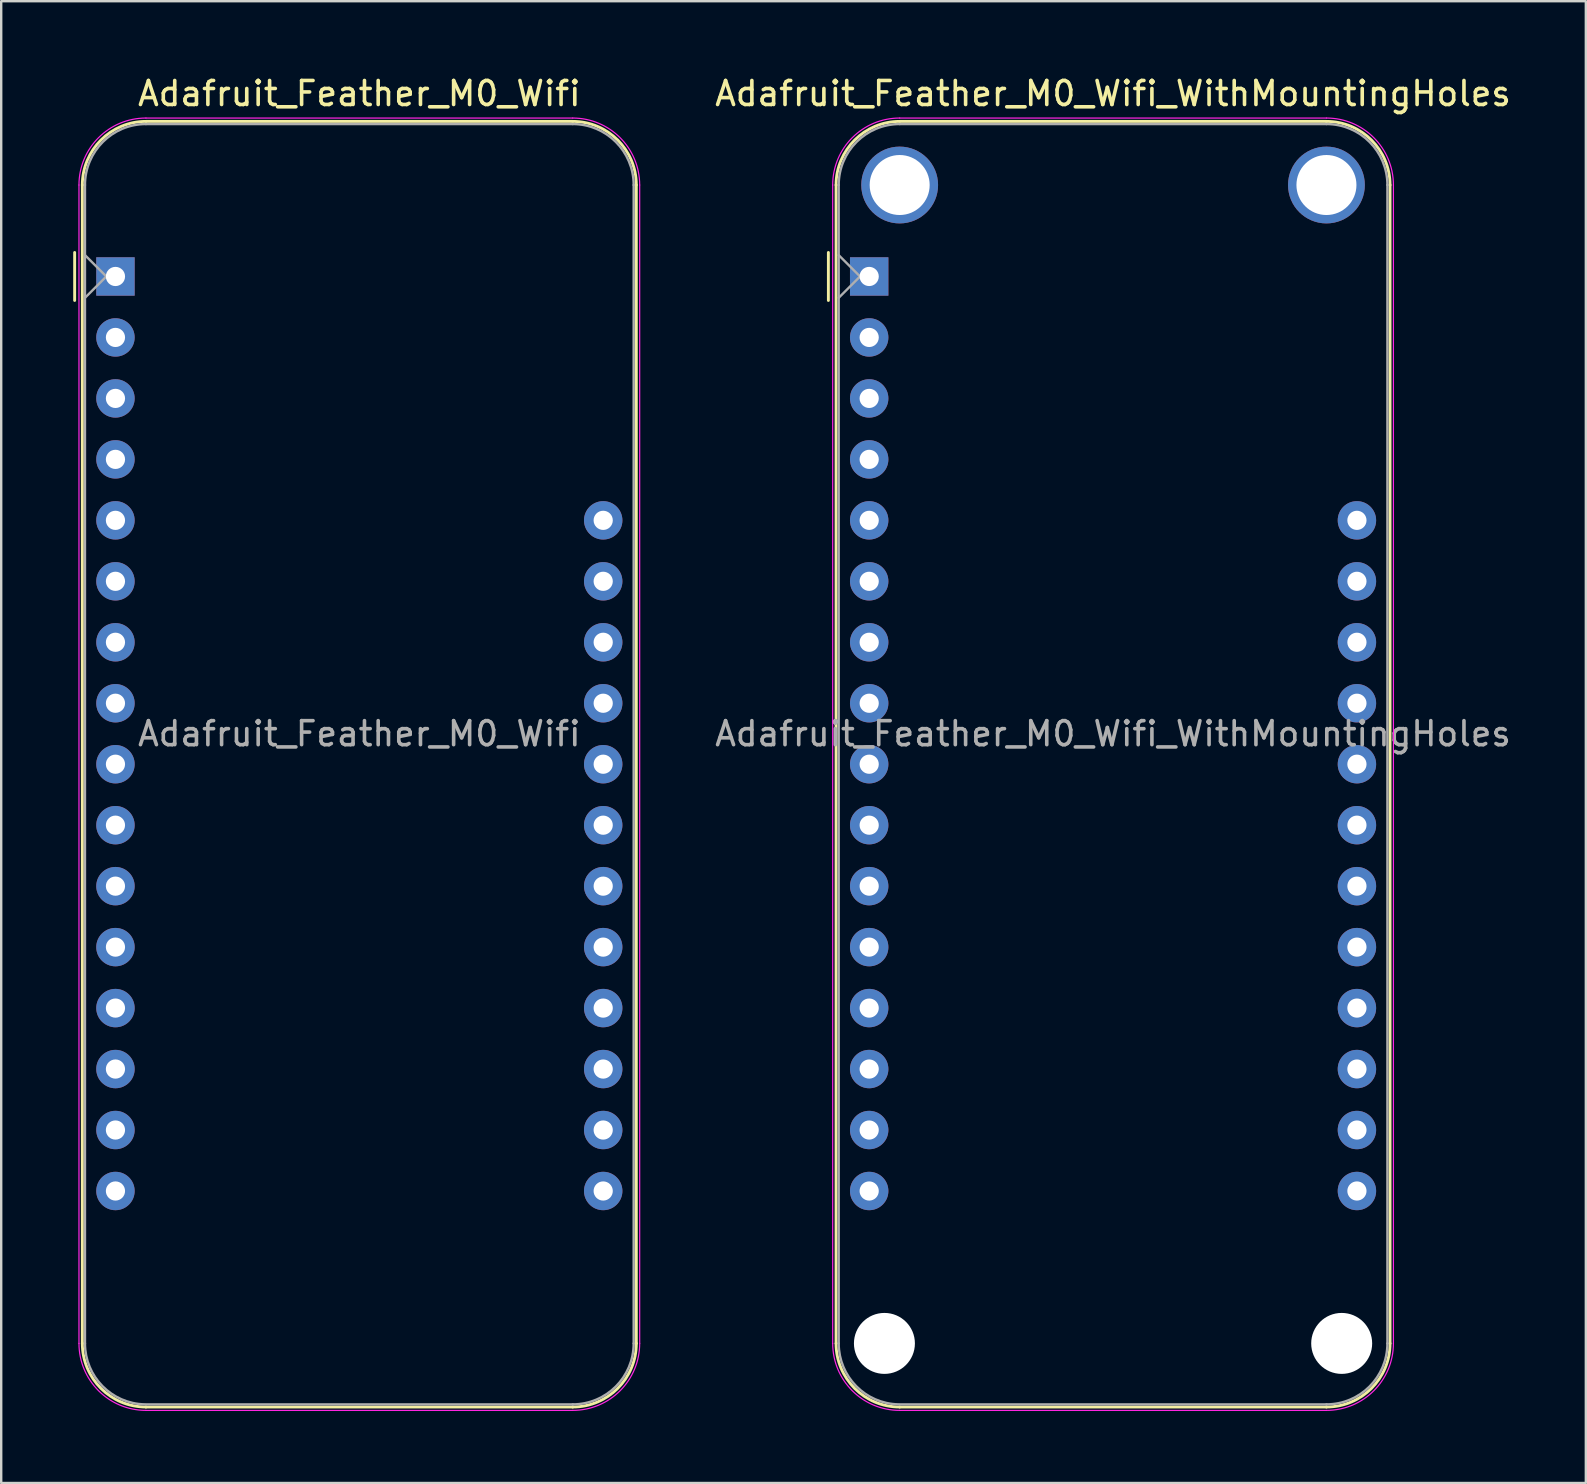
<source format=kicad_pcb>
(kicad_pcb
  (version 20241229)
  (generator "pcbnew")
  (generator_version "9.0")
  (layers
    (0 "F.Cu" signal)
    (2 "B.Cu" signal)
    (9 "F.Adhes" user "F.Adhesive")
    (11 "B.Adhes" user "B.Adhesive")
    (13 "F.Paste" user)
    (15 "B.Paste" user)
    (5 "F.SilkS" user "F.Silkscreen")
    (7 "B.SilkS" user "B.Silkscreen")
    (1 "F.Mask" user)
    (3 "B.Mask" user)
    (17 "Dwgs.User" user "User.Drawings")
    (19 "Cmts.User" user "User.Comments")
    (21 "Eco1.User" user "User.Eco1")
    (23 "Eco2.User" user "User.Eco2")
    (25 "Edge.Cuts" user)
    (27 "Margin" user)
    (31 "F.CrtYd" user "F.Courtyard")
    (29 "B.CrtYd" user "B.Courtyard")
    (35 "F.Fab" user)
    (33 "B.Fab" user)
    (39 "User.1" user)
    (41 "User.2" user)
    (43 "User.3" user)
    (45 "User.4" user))
  (footprint "Adafruit_Feather_M0_Wifi_WithMountingHoles"
    (layer "F.Cu")
    (at 33.161 8.468)
    (property "Reference" "Adafruit_Feather_M0_Wifi_WithMountingHoles" (at 10.16 -7.62 0) (layer "F.SilkS") (effects (font (size 1 1) (thickness 0.15))))
    (attr through_hole)
    (fp_line (start -1.7 1) (end -1.7 -1) (stroke (width 0.12) (type solid)) (layer "F.SilkS"))
    (fp_line (start -1.38 -3.81) (end -1.38 44.45) (stroke (width 0.12) (type solid)) (layer "F.SilkS"))
    (fp_line (start 19.05 -6.46) (end 1.27 -6.46) (stroke (width 0.12) (type solid)) (layer "F.SilkS"))
    (fp_line (start 19.05 47.1) (end 1.27 47.1) (stroke (width 0.12) (type solid)) (layer "F.SilkS"))
    (fp_line (start 21.7 -3.81) (end 21.7 44.45) (stroke (width 0.12) (type solid)) (layer "F.SilkS"))
    (fp_arc (start -1.38 -3.81) (mid -0.603833 -5.683833) (end 1.27 -6.46) (stroke (width 0.12) (type solid)) (layer "F.SilkS"))
    (fp_arc (start 1.27 47.1) (mid -0.603833 46.323833) (end -1.38 44.45) (stroke (width 0.12) (type solid)) (layer "F.SilkS"))
    (fp_arc (start 19.05 -6.46) (mid 20.923833 -5.683833) (end 21.7 -3.81) (stroke (width 0.12) (type solid)) (layer "F.SilkS"))
    (fp_arc (start 21.7 44.45) (mid 20.923833 46.323833) (end 19.05 47.1) (stroke (width 0.12) (type solid)) (layer "F.SilkS"))
    (fp_line (start -1.52 44.45) (end -1.52 -3.81) (stroke (width 0.05) (type solid)) (layer "F.CrtYd"))
    (fp_line (start 19.05 -6.6) (end 1.27 -6.6) (stroke (width 0.05) (type solid)) (layer "F.CrtYd"))
    (fp_line (start 19.05 47.24) (end 1.27 47.24) (stroke (width 0.05) (type solid)) (layer "F.CrtYd"))
    (fp_line (start 21.84 44.45) (end 21.84 -3.81) (stroke (width 0.05) (type solid)) (layer "F.CrtYd"))
    (fp_arc (start -1.52 -3.81) (mid -0.702828 -5.782828) (end 1.27 -6.6) (stroke (width 0.05) (type solid)) (layer "F.CrtYd"))
    (fp_arc (start 1.27 47.24) (mid -0.702828 46.422828) (end -1.52 44.45) (stroke (width 0.05) (type solid)) (layer "F.CrtYd"))
    (fp_arc (start 19.05 -6.6) (mid 21.022828 -5.782828) (end 21.84 -3.81) (stroke (width 0.05) (type solid)) (layer "F.CrtYd"))
    (fp_arc (start 21.84 44.45) (mid 21.022828 46.422828) (end 19.05 47.24) (stroke (width 0.05) (type solid)) (layer "F.CrtYd"))
    (fp_line (start -1.27 -3.81) (end -1.27 44.45) (stroke (width 0.1) (type solid)) (layer "F.Fab"))
    (fp_line (start -1.27 -0.889) (end -0.381 0) (stroke (width 0.1) (type solid)) (layer "F.Fab"))
    (fp_line (start -0.381 0) (end -1.27 0.889) (stroke (width 0.1) (type solid)) (layer "F.Fab"))
    (fp_line (start 1.27 46.99) (end 19.05 46.99) (stroke (width 0.1) (type solid)) (layer "F.Fab"))
    (fp_line (start 19.05 -6.35) (end 1.27 -6.35) (stroke (width 0.1) (type solid)) (layer "F.Fab"))
    (fp_line (start 21.59 44.45) (end 21.59 -3.81) (stroke (width 0.1) (type solid)) (layer "F.Fab"))
    (fp_arc (start -1.27 -3.81) (mid -0.526051 -5.606051) (end 1.27 -6.35) (stroke (width 0.1) (type solid)) (layer "F.Fab"))
    (fp_arc (start 1.221238 46.989532) (mid -0.543209 46.228728) (end -1.27 44.45) (stroke (width 0.1) (type solid)) (layer "F.Fab"))
    (fp_arc (start 19.05 -6.35) (mid 20.846051 -5.606051) (end 21.59 -3.81) (stroke (width 0.1) (type solid)) (layer "F.Fab"))
    (fp_arc (start 21.59 44.45) (mid 20.846051 46.246051) (end 19.05 46.99) (stroke (width 0.1) (type solid)) (layer "F.Fab"))
    (fp_text user "${REFERENCE}" (at 10.16 19.05 180) (layer "F.Fab") (effects (font (size 1 1) (thickness 0.15))))
    (pad "" np_thru_hole circle (at 0.635 44.45 270) (size 2.54 2.54) (drill 2.54) (layers "*.Cu" "*.Mask"))
    (pad "" np_thru_hole circle (at 1.27 -3.81 270) (size 3.2 3.2) (drill 2.5) (layers "*.Cu" "*.Mask"))
    (pad "" np_thru_hole circle (at 19.05 -3.81 270) (size 3.2 3.2) (drill 2.5) (layers "*.Cu" "*.Mask"))
    (pad "" np_thru_hole circle (at 19.685 44.45 270) (size 2.54 2.54) (drill 2.54) (layers "*.Cu" "*.Mask"))
    (pad "1" thru_hole rect (at 0 0 180) (size 1.6 1.6) (drill 0.8) (layers "*.Cu" "*.Mask"))
    (pad "2" thru_hole circle (at 0 2.54 180) (size 1.6 1.6) (drill 0.8) (layers "*.Cu" "*.Mask"))
    (pad "3" thru_hole circle (at 0 5.08 180) (size 1.6 1.6) (drill 0.8) (layers "*.Cu" "*.Mask"))
    (pad "4" thru_hole circle (at 0 7.62 180) (size 1.6 1.6) (drill 0.8) (layers "*.Cu" "*.Mask"))
    (pad "5" thru_hole circle (at 0 10.16 180) (size 1.6 1.6) (drill 0.8) (layers "*.Cu" "*.Mask"))
    (pad "6" thru_hole circle (at 0 12.7 180) (size 1.6 1.6) (drill 0.8) (layers "*.Cu" "*.Mask"))
    (pad "7" thru_hole circle (at 0 15.24 180) (size 1.6 1.6) (drill 0.8) (layers "*.Cu" "*.Mask"))
    (pad "8" thru_hole circle (at 0 17.78 180) (size 1.6 1.6) (drill 0.8) (layers "*.Cu" "*.Mask"))
    (pad "9" thru_hole circle (at 0 20.32 180) (size 1.6 1.6) (drill 0.8) (layers "*.Cu" "*.Mask"))
    (pad "10" thru_hole circle (at 0 22.86 180) (size 1.6 1.6) (drill 0.8) (layers "*.Cu" "*.Mask"))
    (pad "11" thru_hole circle (at 0 25.4 180) (size 1.6 1.6) (drill 0.8) (layers "*.Cu" "*.Mask"))
    (pad "12" thru_hole circle (at 0 27.94 180) (size 1.6 1.6) (drill 0.8) (layers "*.Cu" "*.Mask"))
    (pad "13" thru_hole circle (at 0 30.48 180) (size 1.6 1.6) (drill 0.8) (layers "*.Cu" "*.Mask"))
    (pad "14" thru_hole circle (at 0 33.02 180) (size 1.6 1.6) (drill 0.8) (layers "*.Cu" "*.Mask"))
    (pad "15" thru_hole circle (at 0 35.56 180) (size 1.6 1.6) (drill 0.8) (layers "*.Cu" "*.Mask"))
    (pad "16" thru_hole circle (at 0 38.1 180) (size 1.6 1.6) (drill 0.8) (layers "*.Cu" "*.Mask"))
    (pad "17" thru_hole circle (at 20.32 38.1 180) (size 1.6 1.6) (drill 0.8) (layers "*.Cu" "*.Mask"))
    (pad "18" thru_hole circle (at 20.32 35.56 180) (size 1.6 1.6) (drill 0.8) (layers "*.Cu" "*.Mask"))
    (pad "19" thru_hole circle (at 20.32 33.02 180) (size 1.6 1.6) (drill 0.8) (layers "*.Cu" "*.Mask"))
    (pad "20" thru_hole circle (at 20.32 30.48 180) (size 1.6 1.6) (drill 0.8) (layers "*.Cu" "*.Mask"))
    (pad "21" thru_hole circle (at 20.32 27.94 180) (size 1.6 1.6) (drill 0.8) (layers "*.Cu" "*.Mask"))
    (pad "22" thru_hole circle (at 20.32 25.4 180) (size 1.6 1.6) (drill 0.8) (layers "*.Cu" "*.Mask"))
    (pad "23" thru_hole circle (at 20.32 22.86 180) (size 1.6 1.6) (drill 0.8) (layers "*.Cu" "*.Mask"))
    (pad "24" thru_hole circle (at 20.32 20.32 180) (size 1.6 1.6) (drill 0.8) (layers "*.Cu" "*.Mask"))
    (pad "25" thru_hole circle (at 20.32 17.78 180) (size 1.6 1.6) (drill 0.8) (layers "*.Cu" "*.Mask"))
    (pad "26" thru_hole circle (at 20.32 15.24 180) (size 1.6 1.6) (drill 0.8) (layers "*.Cu" "*.Mask"))
    (pad "27" thru_hole circle (at 20.32 12.7 180) (size 1.6 1.6) (drill 0.8) (layers "*.Cu" "*.Mask"))
    (pad "28" thru_hole circle (at 20.32 10.16 180) (size 1.6 1.6) (drill 0.8) (layers "*.Cu" "*.Mask")))
  (footprint "Adafruit_Feather_M0_Wifi"
    (layer "F.Cu")
    (at 1.76 8.468)
    (property "Reference" "Adafruit_Feather_M0_Wifi" (at 10.16 -7.62 0) (layer "F.SilkS") (effects (font (size 1 1) (thickness 0.15))))
    (attr through_hole)
    (fp_line (start -1.7 1) (end -1.7 -1) (stroke (width 0.12) (type solid)) (layer "F.SilkS"))
    (fp_line (start -1.38 -3.81) (end -1.38 44.45) (stroke (width 0.12) (type solid)) (layer "F.SilkS"))
    (fp_line (start 19.05 -6.46) (end 1.27 -6.46) (stroke (width 0.12) (type solid)) (layer "F.SilkS"))
    (fp_line (start 19.05 47.1) (end 1.27 47.1) (stroke (width 0.12) (type solid)) (layer "F.SilkS"))
    (fp_line (start 21.7 -3.81) (end 21.7 44.45) (stroke (width 0.12) (type solid)) (layer "F.SilkS"))
    (fp_arc (start -1.38 -3.81) (mid -0.603833 -5.683833) (end 1.27 -6.46) (stroke (width 0.12) (type solid)) (layer "F.SilkS"))
    (fp_arc (start 1.27 47.1) (mid -0.603833 46.323833) (end -1.38 44.45) (stroke (width 0.12) (type solid)) (layer "F.SilkS"))
    (fp_arc (start 19.05 -6.46) (mid 20.923833 -5.683833) (end 21.7 -3.81) (stroke (width 0.12) (type solid)) (layer "F.SilkS"))
    (fp_arc (start 21.7 44.45) (mid 20.923833 46.323833) (end 19.05 47.1) (stroke (width 0.12) (type solid)) (layer "F.SilkS"))
    (fp_line (start -1.52 44.45) (end -1.52 -3.81) (stroke (width 0.05) (type solid)) (layer "F.CrtYd"))
    (fp_line (start 19.05 -6.6) (end 1.27 -6.6) (stroke (width 0.05) (type solid)) (layer "F.CrtYd"))
    (fp_line (start 19.05 47.24) (end 1.27 47.24) (stroke (width 0.05) (type solid)) (layer "F.CrtYd"))
    (fp_line (start 21.84 44.45) (end 21.84 -3.81) (stroke (width 0.05) (type solid)) (layer "F.CrtYd"))
    (fp_arc (start -1.52 -3.81) (mid -0.702828 -5.782828) (end 1.27 -6.6) (stroke (width 0.05) (type solid)) (layer "F.CrtYd"))
    (fp_arc (start 1.27 47.24) (mid -0.702828 46.422828) (end -1.52 44.45) (stroke (width 0.05) (type solid)) (layer "F.CrtYd"))
    (fp_arc (start 19.05 -6.6) (mid 21.022828 -5.782828) (end 21.84 -3.81) (stroke (width 0.05) (type solid)) (layer "F.CrtYd"))
    (fp_arc (start 21.84 44.45) (mid 21.022828 46.422828) (end 19.05 47.24) (stroke (width 0.05) (type solid)) (layer "F.CrtYd"))
    (fp_line (start -1.27 -3.81) (end -1.27 44.45) (stroke (width 0.1) (type solid)) (layer "F.Fab"))
    (fp_line (start -1.27 -0.889) (end -0.381 0) (stroke (width 0.1) (type solid)) (layer "F.Fab"))
    (fp_line (start -0.381 0) (end -1.27 0.889) (stroke (width 0.1) (type solid)) (layer "F.Fab"))
    (fp_line (start 1.27 46.99) (end 19.05 46.99) (stroke (width 0.1) (type solid)) (layer "F.Fab"))
    (fp_line (start 19.05 -6.35) (end 1.27 -6.35) (stroke (width 0.1) (type solid)) (layer "F.Fab"))
    (fp_line (start 21.59 44.45) (end 21.59 -3.81) (stroke (width 0.1) (type solid)) (layer "F.Fab"))
    (fp_arc (start -1.27 -3.81) (mid -0.526051 -5.606051) (end 1.27 -6.35) (stroke (width 0.1) (type solid)) (layer "F.Fab"))
    (fp_arc (start 1.221238 46.989532) (mid -0.543209 46.228728) (end -1.27 44.45) (stroke (width 0.1) (type solid)) (layer "F.Fab"))
    (fp_arc (start 19.05 -6.35) (mid 20.846051 -5.606051) (end 21.59 -3.81) (stroke (width 0.1) (type solid)) (layer "F.Fab"))
    (fp_arc (start 21.59 44.45) (mid 20.846051 46.246051) (end 19.05 46.99) (stroke (width 0.1) (type solid)) (layer "F.Fab"))
    (fp_text user "${REFERENCE}" (at 10.16 19.05 180) (layer "F.Fab") (effects (font (size 1 1) (thickness 0.15))))
    (pad "1" thru_hole rect (at 0 0 180) (size 1.6 1.6) (drill 0.8) (layers "*.Cu" "*.Mask"))
    (pad "2" thru_hole circle (at 0 2.54 180) (size 1.6 1.6) (drill 0.8) (layers "*.Cu" "*.Mask"))
    (pad "3" thru_hole circle (at 0 5.08 180) (size 1.6 1.6) (drill 0.8) (layers "*.Cu" "*.Mask"))
    (pad "4" thru_hole circle (at 0 7.62 180) (size 1.6 1.6) (drill 0.8) (layers "*.Cu" "*.Mask"))
    (pad "5" thru_hole circle (at 0 10.16 180) (size 1.6 1.6) (drill 0.8) (layers "*.Cu" "*.Mask"))
    (pad "6" thru_hole circle (at 0 12.7 180) (size 1.6 1.6) (drill 0.8) (layers "*.Cu" "*.Mask"))
    (pad "7" thru_hole circle (at 0 15.24 180) (size 1.6 1.6) (drill 0.8) (layers "*.Cu" "*.Mask"))
    (pad "8" thru_hole circle (at 0 17.78 180) (size 1.6 1.6) (drill 0.8) (layers "*.Cu" "*.Mask"))
    (pad "9" thru_hole circle (at 0 20.32 180) (size 1.6 1.6) (drill 0.8) (layers "*.Cu" "*.Mask"))
    (pad "10" thru_hole circle (at 0 22.86 180) (size 1.6 1.6) (drill 0.8) (layers "*.Cu" "*.Mask"))
    (pad "11" thru_hole circle (at 0 25.4 180) (size 1.6 1.6) (drill 0.8) (layers "*.Cu" "*.Mask"))
    (pad "12" thru_hole circle (at 0 27.94 180) (size 1.6 1.6) (drill 0.8) (layers "*.Cu" "*.Mask"))
    (pad "13" thru_hole circle (at 0 30.48 180) (size 1.6 1.6) (drill 0.8) (layers "*.Cu" "*.Mask"))
    (pad "14" thru_hole circle (at 0 33.02 180) (size 1.6 1.6) (drill 0.8) (layers "*.Cu" "*.Mask"))
    (pad "15" thru_hole circle (at 0 35.56 180) (size 1.6 1.6) (drill 0.8) (layers "*.Cu" "*.Mask"))
    (pad "16" thru_hole circle (at 0 38.1 180) (size 1.6 1.6) (drill 0.8) (layers "*.Cu" "*.Mask"))
    (pad "17" thru_hole circle (at 20.32 38.1 180) (size 1.6 1.6) (drill 0.8) (layers "*.Cu" "*.Mask"))
    (pad "18" thru_hole circle (at 20.32 35.56 180) (size 1.6 1.6) (drill 0.8) (layers "*.Cu" "*.Mask"))
    (pad "19" thru_hole circle (at 20.32 33.02 180) (size 1.6 1.6) (drill 0.8) (layers "*.Cu" "*.Mask"))
    (pad "20" thru_hole circle (at 20.32 30.48 180) (size 1.6 1.6) (drill 0.8) (layers "*.Cu" "*.Mask"))
    (pad "21" thru_hole circle (at 20.32 27.94 180) (size 1.6 1.6) (drill 0.8) (layers "*.Cu" "*.Mask"))
    (pad "22" thru_hole circle (at 20.32 25.4 180) (size 1.6 1.6) (drill 0.8) (layers "*.Cu" "*.Mask"))
    (pad "23" thru_hole circle (at 20.32 22.86 180) (size 1.6 1.6) (drill 0.8) (layers "*.Cu" "*.Mask"))
    (pad "24" thru_hole circle (at 20.32 20.32 180) (size 1.6 1.6) (drill 0.8) (layers "*.Cu" "*.Mask"))
    (pad "25" thru_hole circle (at 20.32 17.78 180) (size 1.6 1.6) (drill 0.8) (layers "*.Cu" "*.Mask"))
    (pad "26" thru_hole circle (at 20.32 15.24 180) (size 1.6 1.6) (drill 0.8) (layers "*.Cu" "*.Mask"))
    (pad "27" thru_hole circle (at 20.32 12.7 180) (size 1.6 1.6) (drill 0.8) (layers "*.Cu" "*.Mask"))
    (pad "28" thru_hole circle (at 20.32 10.16 180) (size 1.6 1.6) (drill 0.8) (layers "*.Cu" "*.Mask")))
  (gr_rect
    (start -3 -3)
    (end 63.018 58.733)
    (stroke (width 0.1) (type default))
    (fill no)
    (layer "Edge.Cuts")))
</source>
